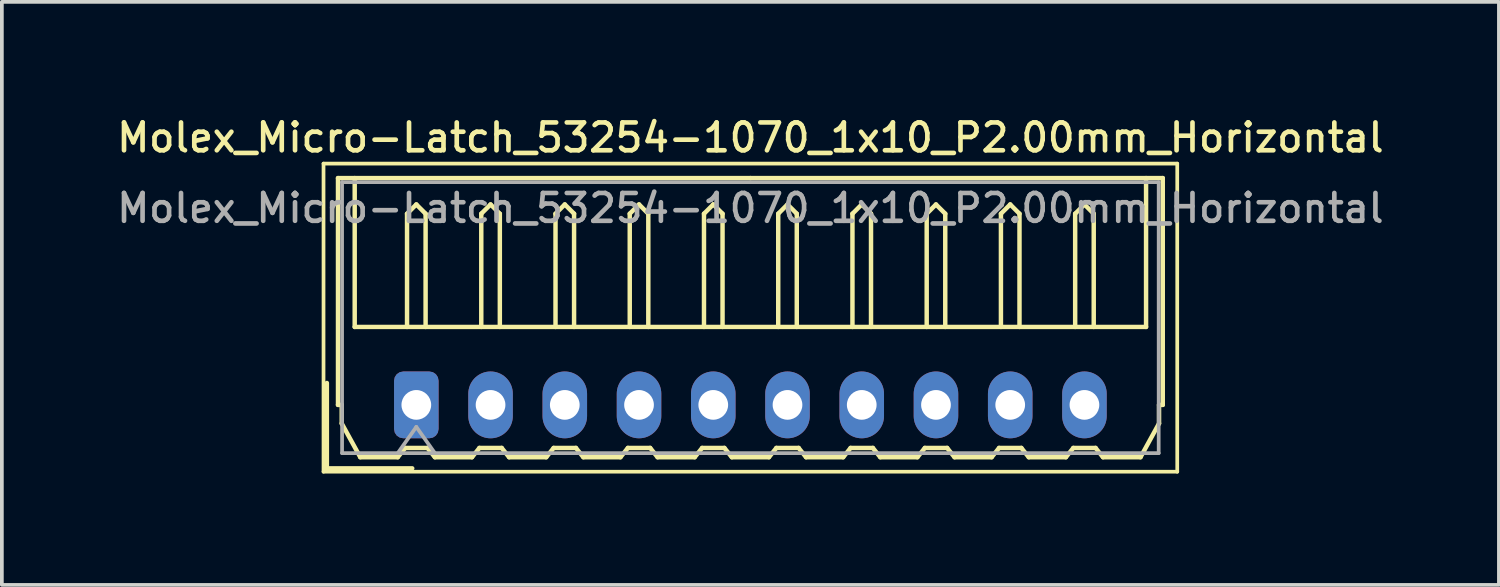
<source format=kicad_pcb>
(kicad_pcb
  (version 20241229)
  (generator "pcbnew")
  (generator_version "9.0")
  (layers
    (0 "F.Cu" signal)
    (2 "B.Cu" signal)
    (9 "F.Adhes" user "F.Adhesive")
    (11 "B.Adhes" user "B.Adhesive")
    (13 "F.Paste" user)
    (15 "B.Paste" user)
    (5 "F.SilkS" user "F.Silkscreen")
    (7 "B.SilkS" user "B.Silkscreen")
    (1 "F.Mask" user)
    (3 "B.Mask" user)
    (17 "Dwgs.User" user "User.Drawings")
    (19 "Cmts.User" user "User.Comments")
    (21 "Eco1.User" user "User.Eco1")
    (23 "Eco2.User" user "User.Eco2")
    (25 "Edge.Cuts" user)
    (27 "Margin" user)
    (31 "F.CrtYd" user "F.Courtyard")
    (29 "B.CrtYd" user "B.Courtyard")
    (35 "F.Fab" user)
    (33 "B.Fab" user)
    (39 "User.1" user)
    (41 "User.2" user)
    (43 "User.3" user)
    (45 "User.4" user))
  (footprint "Molex_Micro-Latch_53254-1070_1x10_P2.00mm_Horizontal"
    (layer "F.Cu")
    (at 8.166 7.858)
    (property "Reference" "Molex_Micro-Latch_53254-1070_1x10_P2.00mm_Horizontal" (at 9 -7.2 0) (layer "F.SilkS") (effects (font (size 0.75 0.75) (thickness 0.125))))
    (attr through_hole)
    (fp_line (start -2.5 -6.5) (end -2.5 1.8) (stroke (width 0.1) (type solid)) (layer "F.SilkS"))
    (fp_line (start -2.5 1.8) (end 20.5 1.8) (stroke (width 0.1) (type solid)) (layer "F.SilkS"))
    (fp_line (start -2.41 1.71) (end -2.41 -0.59) (stroke (width 0.12) (type solid)) (layer "F.SilkS"))
    (fp_line (start -2.11 -6.11) (end 9 -6.11) (stroke (width 0.12) (type solid)) (layer "F.SilkS"))
    (fp_line (start -2.11 0) (end -2.11 -6.11) (stroke (width 0.12) (type solid)) (layer "F.SilkS"))
    (fp_line (start -2.01 0) (end -2.11 0) (stroke (width 0.12) (type solid)) (layer "F.SilkS"))
    (fp_line (start -2.01 0.5) (end -2.01 0) (stroke (width 0.12) (type solid)) (layer "F.SilkS"))
    (fp_line (start -1.66 -6.11) (end -1.66 -2.1) (stroke (width 0.12) (type solid)) (layer "F.SilkS"))
    (fp_line (start -1.66 -2.1) (end 19.66 -2.1) (stroke (width 0.12) (type solid)) (layer "F.SilkS"))
    (fp_line (start -1.51 1.41) (end -2.01 0.5) (stroke (width 0.12) (type solid)) (layer "F.SilkS"))
    (fp_line (start -0.5 1.41) (end -1.51 1.41) (stroke (width 0.12) (type solid)) (layer "F.SilkS"))
    (fp_line (start -0.3 1.16) (end -0.5 1.41) (stroke (width 0.12) (type solid)) (layer "F.SilkS"))
    (fp_line (start -0.3 1.16) (end 0.3 1.16) (stroke (width 0.12) (type solid)) (layer "F.SilkS"))
    (fp_line (start -0.25 -5.15) (end 0 -5.4) (stroke (width 0.12) (type solid)) (layer "F.SilkS"))
    (fp_line (start -0.25 -2.1) (end -0.25 -5.15) (stroke (width 0.12) (type solid)) (layer "F.SilkS"))
    (fp_line (start -0.11 1.71) (end -2.41 1.71) (stroke (width 0.12) (type solid)) (layer "F.SilkS"))
    (fp_line (start 0 -5.4) (end 0.25 -5.15) (stroke (width 0.12) (type solid)) (layer "F.SilkS"))
    (fp_line (start 0.25 -5.15) (end 0.25 -2.1) (stroke (width 0.12) (type solid)) (layer "F.SilkS"))
    (fp_line (start 0.3 1.16) (end 0.5 1.41) (stroke (width 0.12) (type solid)) (layer "F.SilkS"))
    (fp_line (start 0.5 1.41) (end 1.5 1.41) (stroke (width 0.12) (type solid)) (layer "F.SilkS"))
    (fp_line (start 1.5 1.41) (end 1.7 1.16) (stroke (width 0.12) (type solid)) (layer "F.SilkS"))
    (fp_line (start 1.7 1.16) (end 2.3 1.16) (stroke (width 0.12) (type solid)) (layer "F.SilkS"))
    (fp_line (start 1.75 -5.15) (end 2 -5.4) (stroke (width 0.12) (type solid)) (layer "F.SilkS"))
    (fp_line (start 1.75 -2.1) (end 1.75 -5.15) (stroke (width 0.12) (type solid)) (layer "F.SilkS"))
    (fp_line (start 2 -5.4) (end 2.25 -5.15) (stroke (width 0.12) (type solid)) (layer "F.SilkS"))
    (fp_line (start 2.25 -5.15) (end 2.25 -2.1) (stroke (width 0.12) (type solid)) (layer "F.SilkS"))
    (fp_line (start 2.3 1.16) (end 2.5 1.41) (stroke (width 0.12) (type solid)) (layer "F.SilkS"))
    (fp_line (start 2.5 1.41) (end 3.5 1.41) (stroke (width 0.12) (type solid)) (layer "F.SilkS"))
    (fp_line (start 3.5 1.41) (end 3.7 1.16) (stroke (width 0.12) (type solid)) (layer "F.SilkS"))
    (fp_line (start 3.7 1.16) (end 4.3 1.16) (stroke (width 0.12) (type solid)) (layer "F.SilkS"))
    (fp_line (start 3.75 -5.15) (end 4 -5.4) (stroke (width 0.12) (type solid)) (layer "F.SilkS"))
    (fp_line (start 3.75 -2.1) (end 3.75 -5.15) (stroke (width 0.12) (type solid)) (layer "F.SilkS"))
    (fp_line (start 4 -5.4) (end 4.25 -5.15) (stroke (width 0.12) (type solid)) (layer "F.SilkS"))
    (fp_line (start 4.25 -5.15) (end 4.25 -2.1) (stroke (width 0.12) (type solid)) (layer "F.SilkS"))
    (fp_line (start 4.3 1.16) (end 4.5 1.41) (stroke (width 0.12) (type solid)) (layer "F.SilkS"))
    (fp_line (start 4.5 1.41) (end 5.5 1.41) (stroke (width 0.12) (type solid)) (layer "F.SilkS"))
    (fp_line (start 5.5 1.41) (end 5.7 1.16) (stroke (width 0.12) (type solid)) (layer "F.SilkS"))
    (fp_line (start 5.7 1.16) (end 6.3 1.16) (stroke (width 0.12) (type solid)) (layer "F.SilkS"))
    (fp_line (start 5.75 -5.15) (end 6 -5.4) (stroke (width 0.12) (type solid)) (layer "F.SilkS"))
    (fp_line (start 5.75 -2.1) (end 5.75 -5.15) (stroke (width 0.12) (type solid)) (layer "F.SilkS"))
    (fp_line (start 6 -5.4) (end 6.25 -5.15) (stroke (width 0.12) (type solid)) (layer "F.SilkS"))
    (fp_line (start 6.25 -5.15) (end 6.25 -2.1) (stroke (width 0.12) (type solid)) (layer "F.SilkS"))
    (fp_line (start 6.3 1.16) (end 6.5 1.41) (stroke (width 0.12) (type solid)) (layer "F.SilkS"))
    (fp_line (start 6.5 1.41) (end 7.5 1.41) (stroke (width 0.12) (type solid)) (layer "F.SilkS"))
    (fp_line (start 7.5 1.41) (end 7.7 1.16) (stroke (width 0.12) (type solid)) (layer "F.SilkS"))
    (fp_line (start 7.7 1.16) (end 8.3 1.16) (stroke (width 0.12) (type solid)) (layer "F.SilkS"))
    (fp_line (start 7.75 -5.15) (end 8 -5.4) (stroke (width 0.12) (type solid)) (layer "F.SilkS"))
    (fp_line (start 7.75 -2.1) (end 7.75 -5.15) (stroke (width 0.12) (type solid)) (layer "F.SilkS"))
    (fp_line (start 8 -5.4) (end 8.25 -5.15) (stroke (width 0.12) (type solid)) (layer "F.SilkS"))
    (fp_line (start 8.25 -5.15) (end 8.25 -2.1) (stroke (width 0.12) (type solid)) (layer "F.SilkS"))
    (fp_line (start 8.3 1.16) (end 8.5 1.41) (stroke (width 0.12) (type solid)) (layer "F.SilkS"))
    (fp_line (start 8.5 1.41) (end 9.5 1.41) (stroke (width 0.12) (type solid)) (layer "F.SilkS"))
    (fp_line (start 9.5 1.41) (end 9.7 1.16) (stroke (width 0.12) (type solid)) (layer "F.SilkS"))
    (fp_line (start 9.7 1.16) (end 10.3 1.16) (stroke (width 0.12) (type solid)) (layer "F.SilkS"))
    (fp_line (start 9.75 -5.15) (end 10 -5.4) (stroke (width 0.12) (type solid)) (layer "F.SilkS"))
    (fp_line (start 9.75 -2.1) (end 9.75 -5.15) (stroke (width 0.12) (type solid)) (layer "F.SilkS"))
    (fp_line (start 10 -5.4) (end 10.25 -5.15) (stroke (width 0.12) (type solid)) (layer "F.SilkS"))
    (fp_line (start 10.25 -5.15) (end 10.25 -2.1) (stroke (width 0.12) (type solid)) (layer "F.SilkS"))
    (fp_line (start 10.3 1.16) (end 10.5 1.41) (stroke (width 0.12) (type solid)) (layer "F.SilkS"))
    (fp_line (start 10.5 1.41) (end 11.5 1.41) (stroke (width 0.12) (type solid)) (layer "F.SilkS"))
    (fp_line (start 11.5 1.41) (end 11.7 1.16) (stroke (width 0.12) (type solid)) (layer "F.SilkS"))
    (fp_line (start 11.7 1.16) (end 12.3 1.16) (stroke (width 0.12) (type solid)) (layer "F.SilkS"))
    (fp_line (start 11.75 -5.15) (end 12 -5.4) (stroke (width 0.12) (type solid)) (layer "F.SilkS"))
    (fp_line (start 11.75 -2.1) (end 11.75 -5.15) (stroke (width 0.12) (type solid)) (layer "F.SilkS"))
    (fp_line (start 12 -5.4) (end 12.25 -5.15) (stroke (width 0.12) (type solid)) (layer "F.SilkS"))
    (fp_line (start 12.25 -5.15) (end 12.25 -2.1) (stroke (width 0.12) (type solid)) (layer "F.SilkS"))
    (fp_line (start 12.3 1.16) (end 12.5 1.41) (stroke (width 0.12) (type solid)) (layer "F.SilkS"))
    (fp_line (start 12.5 1.41) (end 13.5 1.41) (stroke (width 0.12) (type solid)) (layer "F.SilkS"))
    (fp_line (start 13.5 1.41) (end 13.7 1.16) (stroke (width 0.12) (type solid)) (layer "F.SilkS"))
    (fp_line (start 13.7 1.16) (end 14.3 1.16) (stroke (width 0.12) (type solid)) (layer "F.SilkS"))
    (fp_line (start 13.75 -5.15) (end 14 -5.4) (stroke (width 0.12) (type solid)) (layer "F.SilkS"))
    (fp_line (start 13.75 -2.1) (end 13.75 -5.15) (stroke (width 0.12) (type solid)) (layer "F.SilkS"))
    (fp_line (start 14 -5.4) (end 14.25 -5.15) (stroke (width 0.12) (type solid)) (layer "F.SilkS"))
    (fp_line (start 14.25 -5.15) (end 14.25 -2.1) (stroke (width 0.12) (type solid)) (layer "F.SilkS"))
    (fp_line (start 14.3 1.16) (end 14.5 1.41) (stroke (width 0.12) (type solid)) (layer "F.SilkS"))
    (fp_line (start 14.5 1.41) (end 15.5 1.41) (stroke (width 0.12) (type solid)) (layer "F.SilkS"))
    (fp_line (start 15.5 1.41) (end 15.7 1.16) (stroke (width 0.12) (type solid)) (layer "F.SilkS"))
    (fp_line (start 15.7 1.16) (end 16.3 1.16) (stroke (width 0.12) (type solid)) (layer "F.SilkS"))
    (fp_line (start 15.75 -5.15) (end 16 -5.4) (stroke (width 0.12) (type solid)) (layer "F.SilkS"))
    (fp_line (start 15.75 -2.1) (end 15.75 -5.15) (stroke (width 0.12) (type solid)) (layer "F.SilkS"))
    (fp_line (start 16 -5.4) (end 16.25 -5.15) (stroke (width 0.12) (type solid)) (layer "F.SilkS"))
    (fp_line (start 16.25 -5.15) (end 16.25 -2.1) (stroke (width 0.12) (type solid)) (layer "F.SilkS"))
    (fp_line (start 16.3 1.16) (end 16.5 1.41) (stroke (width 0.12) (type solid)) (layer "F.SilkS"))
    (fp_line (start 16.5 1.41) (end 17.5 1.41) (stroke (width 0.12) (type solid)) (layer "F.SilkS"))
    (fp_line (start 17.5 1.41) (end 17.7 1.16) (stroke (width 0.12) (type solid)) (layer "F.SilkS"))
    (fp_line (start 17.7 1.16) (end 18.3 1.16) (stroke (width 0.12) (type solid)) (layer "F.SilkS"))
    (fp_line (start 17.75 -5.15) (end 18 -5.4) (stroke (width 0.12) (type solid)) (layer "F.SilkS"))
    (fp_line (start 17.75 -2.1) (end 17.75 -5.15) (stroke (width 0.12) (type solid)) (layer "F.SilkS"))
    (fp_line (start 18 -5.4) (end 18.25 -5.15) (stroke (width 0.12) (type solid)) (layer "F.SilkS"))
    (fp_line (start 18.25 -5.15) (end 18.25 -2.1) (stroke (width 0.12) (type solid)) (layer "F.SilkS"))
    (fp_line (start 18.3 1.16) (end 18.5 1.41) (stroke (width 0.12) (type solid)) (layer "F.SilkS"))
    (fp_line (start 18.5 1.41) (end 19.51 1.41) (stroke (width 0.12) (type solid)) (layer "F.SilkS"))
    (fp_line (start 19.51 1.41) (end 20.01 0.5) (stroke (width 0.12) (type solid)) (layer "F.SilkS"))
    (fp_line (start 19.66 -2.1) (end 19.66 -6.11) (stroke (width 0.12) (type solid)) (layer "F.SilkS"))
    (fp_line (start 20.01 0) (end 20.11 0) (stroke (width 0.12) (type solid)) (layer "F.SilkS"))
    (fp_line (start 20.01 0.5) (end 20.01 0) (stroke (width 0.12) (type solid)) (layer "F.SilkS"))
    (fp_line (start 20.11 -6.11) (end 9 -6.11) (stroke (width 0.12) (type solid)) (layer "F.SilkS"))
    (fp_line (start 20.11 0) (end 20.11 -6.11) (stroke (width 0.12) (type solid)) (layer "F.SilkS"))
    (fp_line (start 20.5 -6.5) (end -2.5 -6.5) (stroke (width 0.1) (type solid)) (layer "F.SilkS"))
    (fp_line (start 20.5 1.8) (end 20.5 -6.5) (stroke (width 0.1) (type solid)) (layer "F.SilkS"))
    (fp_line (start -2 -6) (end -2 1.3) (stroke (width 0.1) (type solid)) (layer "F.Fab"))
    (fp_line (start -2 1.3) (end 20 1.3) (stroke (width 0.1) (type solid)) (layer "F.Fab"))
    (fp_line (start -0.5 1.3) (end 0 0.593) (stroke (width 0.1) (type solid)) (layer "F.Fab"))
    (fp_line (start 0 0.593) (end 0.5 1.3) (stroke (width 0.1) (type solid)) (layer "F.Fab"))
    (fp_line (start 20 -6) (end -2 -6) (stroke (width 0.1) (type solid)) (layer "F.Fab"))
    (fp_line (start 20 1.3) (end 20 -6) (stroke (width 0.1) (type solid)) (layer "F.Fab"))
    (fp_text user "${REFERENCE}" (at 9 -5.3 0) (layer "F.Fab") (effects (font (size 0.75 0.75) (thickness 0.125))))
    (pad "1" thru_hole roundrect (at 0 0) (size 1.2 1.8) (drill 0.8) (layers "*.Cu" "*.Mask") (roundrect_rratio 0.208))
    (pad "2" thru_hole oval (at 2 0) (size 1.2 1.8) (drill 0.8) (layers "*.Cu" "*.Mask"))
    (pad "3" thru_hole oval (at 4 0) (size 1.2 1.8) (drill 0.8) (layers "*.Cu" "*.Mask"))
    (pad "4" thru_hole oval (at 6 0) (size 1.2 1.8) (drill 0.8) (layers "*.Cu" "*.Mask"))
    (pad "5" thru_hole oval (at 8 0) (size 1.2 1.8) (drill 0.8) (layers "*.Cu" "*.Mask"))
    (pad "6" thru_hole oval (at 10 0) (size 1.2 1.8) (drill 0.8) (layers "*.Cu" "*.Mask"))
    (pad "7" thru_hole oval (at 12 0) (size 1.2 1.8) (drill 0.8) (layers "*.Cu" "*.Mask"))
    (pad "8" thru_hole oval (at 14 0) (size 1.2 1.8) (drill 0.8) (layers "*.Cu" "*.Mask"))
    (pad "9" thru_hole oval (at 16 0) (size 1.2 1.8) (drill 0.8) (layers "*.Cu" "*.Mask"))
    (pad "10" thru_hole oval (at 18 0) (size 1.2 1.8) (drill 0.8) (layers "*.Cu" "*.Mask")))
  (gr_rect
    (start -3 -3)
    (end 37.332 12.708)
    (stroke (width 0.1) (type default))
    (fill no)
    (layer "Edge.Cuts")))
</source>
